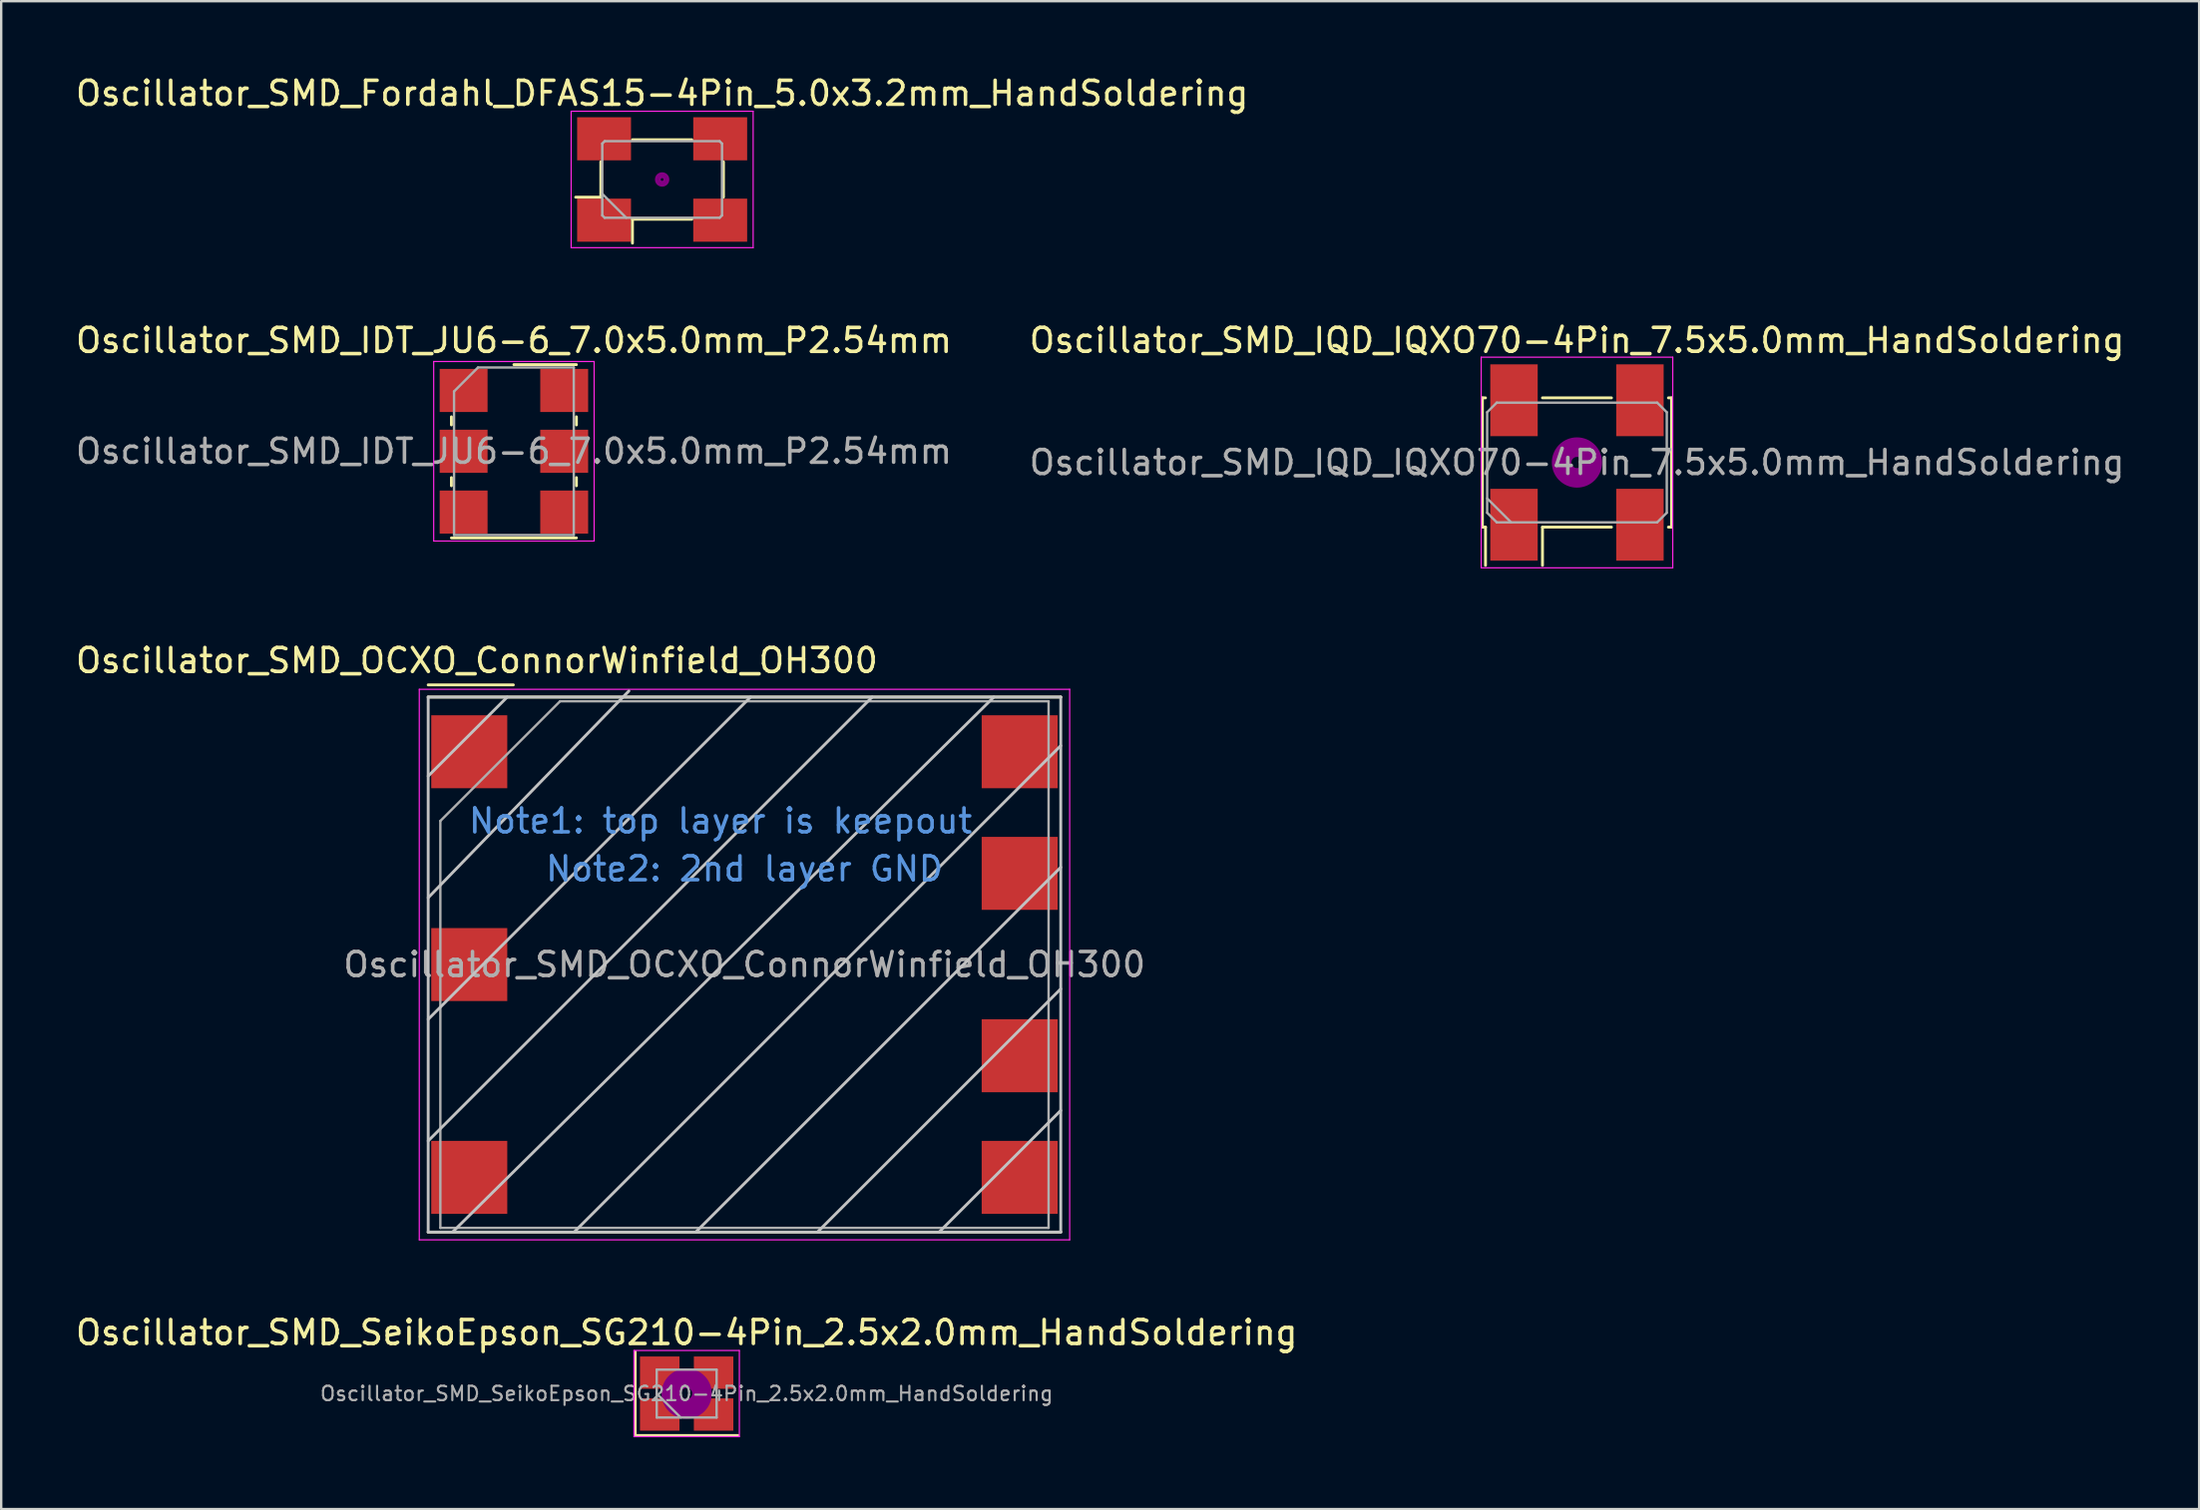
<source format=kicad_pcb>
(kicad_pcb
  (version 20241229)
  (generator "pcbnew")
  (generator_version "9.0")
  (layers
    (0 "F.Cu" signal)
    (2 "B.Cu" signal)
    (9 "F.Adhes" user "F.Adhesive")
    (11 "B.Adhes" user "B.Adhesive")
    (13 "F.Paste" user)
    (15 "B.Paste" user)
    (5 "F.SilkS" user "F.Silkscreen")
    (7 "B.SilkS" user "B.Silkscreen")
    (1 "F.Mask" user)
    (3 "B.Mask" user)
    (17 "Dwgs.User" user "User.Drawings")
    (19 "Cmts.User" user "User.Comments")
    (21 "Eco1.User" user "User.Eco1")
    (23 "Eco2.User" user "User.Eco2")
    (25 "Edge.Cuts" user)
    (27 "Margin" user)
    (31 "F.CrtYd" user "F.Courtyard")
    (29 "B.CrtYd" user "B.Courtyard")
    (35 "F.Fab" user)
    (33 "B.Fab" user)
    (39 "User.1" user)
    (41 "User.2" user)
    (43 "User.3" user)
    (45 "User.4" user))
  (footprint "Oscillator_SMD_IQD_IQXO70-4Pin_7.5x5.0mm_HandSoldering"
    (layer "F.Cu")
    (at 62.804 16.271)
    (property "Reference" "Oscillator_SMD_IQD_IQXO70-4Pin_7.5x5.0mm_HandSoldering" (at 0 -5.1 0) (layer "F.SilkS") (effects (font (size 1 1) (thickness 0.15))))
    (attr smd)
    (fp_line (start -3.95 -2.7) (end -3.82 -2.7) (stroke (width 0.12) (type solid)) (layer "F.SilkS"))
    (fp_line (start -3.95 2.7) (end -3.95 -2.7) (stroke (width 0.12) (type solid)) (layer "F.SilkS"))
    (fp_line (start -3.82 2.7) (end -3.95 2.7) (stroke (width 0.12) (type solid)) (layer "F.SilkS"))
    (fp_line (start -3.82 4.3) (end -3.82 2.7) (stroke (width 0.12) (type solid)) (layer "F.SilkS"))
    (fp_line (start -1.44 -2.7) (end 1.44 -2.7) (stroke (width 0.12) (type solid)) (layer "F.SilkS"))
    (fp_line (start -1.44 2.7) (end -1.44 4.3) (stroke (width 0.12) (type solid)) (layer "F.SilkS"))
    (fp_line (start 1.44 2.7) (end -1.44 2.7) (stroke (width 0.12) (type solid)) (layer "F.SilkS"))
    (fp_line (start 3.82 -2.7) (end 3.95 -2.7) (stroke (width 0.12) (type solid)) (layer "F.SilkS"))
    (fp_line (start 3.95 -2.7) (end 3.95 2.7) (stroke (width 0.12) (type solid)) (layer "F.SilkS"))
    (fp_line (start 3.95 2.7) (end 3.82 2.7) (stroke (width 0.12) (type solid)) (layer "F.SilkS"))
    (fp_circle (center 0 0) (end 0.233 0) (stroke (width 0.467) (type solid)) (fill no) (layer "F.Adhes"))
    (fp_circle (center 0 0) (end 0.533 0) (stroke (width 0.333) (type solid)) (fill no) (layer "F.Adhes"))
    (fp_circle (center 0 0) (end 0.833 0) (stroke (width 0.333) (type solid)) (fill no) (layer "F.Adhes"))
    (fp_circle (center 0 0) (end 1 0) (stroke (width 0.1) (type solid)) (fill no) (layer "F.Adhes"))
    (fp_line (start -4 -4.4) (end -4 4.4) (stroke (width 0.05) (type solid)) (layer "F.CrtYd"))
    (fp_line (start -4 4.4) (end 4 4.4) (stroke (width 0.05) (type solid)) (layer "F.CrtYd"))
    (fp_line (start 4 -4.4) (end -4 -4.4) (stroke (width 0.05) (type solid)) (layer "F.CrtYd"))
    (fp_line (start 4 4.4) (end 4 -4.4) (stroke (width 0.05) (type solid)) (layer "F.CrtYd"))
    (fp_line (start -3.75 -2.1) (end -3.35 -2.5) (stroke (width 0.1) (type solid)) (layer "F.Fab"))
    (fp_line (start -3.75 1.5) (end -2.75 2.5) (stroke (width 0.1) (type solid)) (layer "F.Fab"))
    (fp_line (start -3.75 2.1) (end -3.75 -2.1) (stroke (width 0.1) (type solid)) (layer "F.Fab"))
    (fp_line (start -3.35 -2.5) (end 3.35 -2.5) (stroke (width 0.1) (type solid)) (layer "F.Fab"))
    (fp_line (start -3.35 2.5) (end -3.75 2.1) (stroke (width 0.1) (type solid)) (layer "F.Fab"))
    (fp_line (start 3.35 -2.5) (end 3.75 -2.1) (stroke (width 0.1) (type solid)) (layer "F.Fab"))
    (fp_line (start 3.35 2.5) (end -3.35 2.5) (stroke (width 0.1) (type solid)) (layer "F.Fab"))
    (fp_line (start 3.75 -2.1) (end 3.75 2.1) (stroke (width 0.1) (type solid)) (layer "F.Fab"))
    (fp_line (start 3.75 2.1) (end 3.35 2.5) (stroke (width 0.1) (type solid)) (layer "F.Fab"))
    (fp_text user "${REFERENCE}" (at 0 0 0) (layer "F.Fab") (effects (font (size 1 1) (thickness 0.15))))
    (pad "1" smd rect (at -2.63 2.6) (size 1.98 3) (layers "F.Cu" "F.Mask" "F.Paste"))
    (pad "2" smd rect (at 2.63 2.6) (size 1.98 3) (layers "F.Cu" "F.Mask" "F.Paste"))
    (pad "3" smd rect (at 2.63 -2.6) (size 1.98 3) (layers "F.Cu" "F.Mask" "F.Paste"))
    (pad "4" smd rect (at -2.63 -2.6) (size 1.98 3) (layers "F.Cu" "F.Mask" "F.Paste")))
  (footprint "Oscillator_SMD_SeikoEpson_SG210-4Pin_2.5x2.0mm_HandSoldering"
    (layer "F.Cu")
    (at 25.625 55.168)
    (property "Reference" "Oscillator_SMD_SeikoEpson_SG210-4Pin_2.5x2.0mm_HandSoldering" (at 0 -2.55 0) (layer "F.SilkS") (effects (font (size 1 1) (thickness 0.15))))
    (attr smd)
    (fp_line (start -2.15 -1.75) (end -2.15 1.75) (stroke (width 0.12) (type solid)) (layer "F.SilkS"))
    (fp_line (start -2.15 1.75) (end 2.15 1.75) (stroke (width 0.12) (type solid)) (layer "F.SilkS"))
    (fp_circle (center 0 0) (end 0.233 0) (stroke (width 0.467) (type solid)) (fill no) (layer "F.Adhes"))
    (fp_circle (center 0 0) (end 0.533 0) (stroke (width 0.333) (type solid)) (fill no) (layer "F.Adhes"))
    (fp_circle (center 0 0) (end 0.833 0) (stroke (width 0.333) (type solid)) (fill no) (layer "F.Adhes"))
    (fp_circle (center 0 0) (end 1 0) (stroke (width 0.1) (type solid)) (fill no) (layer "F.Adhes"))
    (fp_line (start -2.2 -1.8) (end -2.2 1.8) (stroke (width 0.05) (type solid)) (layer "F.CrtYd"))
    (fp_line (start -2.2 1.8) (end 2.2 1.8) (stroke (width 0.05) (type solid)) (layer "F.CrtYd"))
    (fp_line (start 2.2 -1.8) (end -2.2 -1.8) (stroke (width 0.05) (type solid)) (layer "F.CrtYd"))
    (fp_line (start 2.2 1.8) (end 2.2 -1.8) (stroke (width 0.05) (type solid)) (layer "F.CrtYd"))
    (fp_line (start -1.25 -1) (end -1.25 1) (stroke (width 0.1) (type solid)) (layer "F.Fab"))
    (fp_line (start -1.25 0) (end -0.25 1) (stroke (width 0.1) (type solid)) (layer "F.Fab"))
    (fp_line (start -1.25 1) (end 1.25 1) (stroke (width 0.1) (type solid)) (layer "F.Fab"))
    (fp_line (start 1.25 -1) (end -1.25 -1) (stroke (width 0.1) (type solid)) (layer "F.Fab"))
    (fp_line (start 1.25 1) (end 1.25 -1) (stroke (width 0.1) (type solid)) (layer "F.Fab"))
    (fp_text user "${REFERENCE}" (at 0 0 0) (layer "F.Fab") (effects (font (size 0.6 0.6) (thickness 0.09))))
    (pad "1" smd rect (at -1.125 0.875) (size 1.65 1.35) (layers "F.Cu" "F.Mask" "F.Paste"))
    (pad "2" smd rect (at 1.125 0.875) (size 1.65 1.35) (layers "F.Cu" "F.Mask" "F.Paste"))
    (pad "3" smd rect (at 1.125 -0.875) (size 1.65 1.35) (layers "F.Cu" "F.Mask" "F.Paste"))
    (pad "4" smd rect (at -1.125 -0.875) (size 1.65 1.35) (layers "F.Cu" "F.Mask" "F.Paste")))
  (footprint "Oscillator_SMD_OCXO_ConnorWinfield_OH300"
    (layer "F.Cu")
    (at 28.039 37.245)
    (property "Reference" "Oscillator_SMD_OCXO_ConnorWinfield_OH300" (at -11.176 -12.7 0) (layer "F.SilkS") (effects (font (size 1 1) (thickness 0.15))))
    (attr smd)
    (fp_line (start -13.208 -11.176) (end 13.208 -11.176) (stroke (width 0.12) (type solid)) (layer "F.SilkS"))
    (fp_line (start -9.652 -11.684) (end -13.208 -11.684) (stroke (width 0.12) (type solid)) (layer "F.SilkS"))
    (fp_line (start 13.208 11.176) (end -13.208 11.176) (stroke (width 0.12) (type solid)) (layer "F.SilkS"))
    (fp_line (start -13.208 -11.176) (end 13.208 -11.176) (stroke (width 0.12) (type solid)) (layer "Dwgs.User"))
    (fp_line (start -13.208 -7.874) (end -9.906 -11.176) (stroke (width 0.12) (type solid)) (layer "Dwgs.User"))
    (fp_line (start -13.208 2.286) (end 0.254 -11.176) (stroke (width 0.12) (type solid)) (layer "Dwgs.User"))
    (fp_line (start -13.208 11.176) (end -13.208 -11.176) (stroke (width 0.12) (type solid)) (layer "Dwgs.User"))
    (fp_line (start -12.192 11.176) (end 10.414 -11.176) (stroke (width 0.12) (type solid)) (layer "Dwgs.User"))
    (fp_line (start -4.826 -11.43) (end -13.208 -2.794) (stroke (width 0.12) (type solid)) (layer "Dwgs.User"))
    (fp_line (start -2.032 11.176) (end 13.208 -4.064) (stroke (width 0.12) (type solid)) (layer "Dwgs.User"))
    (fp_line (start 3.048 11.176) (end 13.208 1.016) (stroke (width 0.12) (type solid)) (layer "Dwgs.User"))
    (fp_line (start 5.334 -11.176) (end -13.208 7.366) (stroke (width 0.12) (type solid)) (layer "Dwgs.User"))
    (fp_line (start 13.208 -11.176) (end 13.208 11.176) (stroke (width 0.12) (type solid)) (layer "Dwgs.User"))
    (fp_line (start 13.208 -9.144) (end -7.112 11.176) (stroke (width 0.12) (type solid)) (layer "Dwgs.User"))
    (fp_line (start 13.208 6.096) (end 8.128 11.176) (stroke (width 0.12) (type solid)) (layer "Dwgs.User"))
    (fp_line (start 13.208 11.176) (end -13.208 11.176) (stroke (width 0.12) (type solid)) (layer "Dwgs.User"))
    (fp_line (start -13.58 -11.5) (end -13.58 11.5) (stroke (width 0.05) (type solid)) (layer "F.CrtYd"))
    (fp_line (start -13.58 11.5) (end 13.58 11.5) (stroke (width 0.05) (type solid)) (layer "F.CrtYd"))
    (fp_line (start 13.58 -11.5) (end -13.58 -11.5) (stroke (width 0.05) (type solid)) (layer "F.CrtYd"))
    (fp_line (start 13.58 11.5) (end 13.58 -11.5) (stroke (width 0.05) (type solid)) (layer "F.CrtYd"))
    (fp_line (start -12.7 11) (end -12.7 -6) (stroke (width 0.1) (type solid)) (layer "F.Fab"))
    (fp_line (start -7.7 -11) (end -12.7 -6) (stroke (width 0.1) (type solid)) (layer "F.Fab"))
    (fp_line (start -7.7 -11) (end 12.7 -11) (stroke (width 0.1) (type solid)) (layer "F.Fab"))
    (fp_line (start 12.7 -11) (end 12.7 11) (stroke (width 0.1) (type solid)) (layer "F.Fab"))
    (fp_line (start 12.7 11) (end -12.7 11) (stroke (width 0.1) (type solid)) (layer "F.Fab"))
    (fp_text user "Note1: top layer is keepout" (at -1 -6 0) (layer "Cmts.User") (effects (font (size 1 1) (thickness 0.15))))
    (fp_text user "Note2: 2nd layer GND" (at 0 -4 0) (layer "Cmts.User") (effects (font (size 1 1) (thickness 0.15))))
    (fp_text user "${REFERENCE}" (at 0 0 0) (layer "F.Fab") (effects (font (size 1 1) (thickness 0.15))))
    (pad "1" smd rect (at -11.493 -8.89 270) (size 3.048 3.175) (layers "F.Cu" "F.Mask" "F.Paste"))
    (pad "2" smd rect (at -11.493 0 270) (size 3.048 3.175) (layers "F.Cu" "F.Mask" "F.Paste"))
    (pad "3" smd rect (at -11.493 8.89 270) (size 3.048 3.175) (layers "F.Cu" "F.Mask" "F.Paste"))
    (pad "4" smd rect (at 11.493 8.89 270) (size 3.048 3.175) (layers "F.Cu" "F.Mask" "F.Paste"))
    (pad "5" smd rect (at 11.493 3.81 270) (size 3.048 3.175) (layers "F.Cu" "F.Mask" "F.Paste"))
    (pad "6" smd rect (at 11.493 -3.81 270) (size 3.048 3.175) (layers "F.Cu" "F.Mask" "F.Paste"))
    (pad "7" smd rect (at 11.493 -8.89 270) (size 3.048 3.175) (layers "F.Cu" "F.Mask" "F.Paste")))
  (footprint "Oscillator_SMD_Fordahl_DFAS15-4Pin_5.0x3.2mm_HandSoldering"
    (layer "F.Cu")
    (at 24.601 4.448)
    (property "Reference" "Oscillator_SMD_Fordahl_DFAS15-4Pin_5.0x3.2mm_HandSoldering" (at 0 -3.6 0) (layer "F.SilkS") (effects (font (size 1 1) (thickness 0.15))))
    (attr smd)
    (fp_line (start -3.61 0.74) (end -2.56 0.74) (stroke (width 0.12) (type solid)) (layer "F.SilkS"))
    (fp_line (start -2.56 0.74) (end -2.56 -0.74) (stroke (width 0.12) (type solid)) (layer "F.SilkS"))
    (fp_line (start -1.24 -1.66) (end 1.24 -1.66) (stroke (width 0.12) (type solid)) (layer "F.SilkS"))
    (fp_line (start -1.24 1.66) (end -1.24 2.66) (stroke (width 0.12) (type solid)) (layer "F.SilkS"))
    (fp_line (start 1.24 1.66) (end -1.24 1.66) (stroke (width 0.12) (type solid)) (layer "F.SilkS"))
    (fp_line (start 2.56 -0.74) (end 2.56 0.74) (stroke (width 0.12) (type solid)) (layer "F.SilkS"))
    (fp_circle (center 0 0) (end 0.058 0) (stroke (width 0.117) (type solid)) (fill no) (layer "F.Adhes"))
    (fp_circle (center 0 0) (end 0.133 0) (stroke (width 0.083) (type solid)) (fill no) (layer "F.Adhes"))
    (fp_circle (center 0 0) (end 0.208 0) (stroke (width 0.083) (type solid)) (fill no) (layer "F.Adhes"))
    (fp_circle (center 0 0) (end 0.25 0) (stroke (width 0.1) (type solid)) (fill no) (layer "F.Adhes"))
    (fp_line (start -3.8 -2.85) (end -3.8 2.85) (stroke (width 0.05) (type solid)) (layer "F.CrtYd"))
    (fp_line (start -3.8 2.85) (end 3.8 2.85) (stroke (width 0.05) (type solid)) (layer "F.CrtYd"))
    (fp_line (start 3.8 -2.85) (end -3.8 -2.85) (stroke (width 0.05) (type solid)) (layer "F.CrtYd"))
    (fp_line (start 3.8 2.85) (end 3.8 -2.85) (stroke (width 0.05) (type solid)) (layer "F.CrtYd"))
    (fp_line (start -2.5 -1.5) (end -2.4 -1.6) (stroke (width 0.1) (type solid)) (layer "F.Fab"))
    (fp_line (start -2.5 0.6) (end -1.5 1.6) (stroke (width 0.1) (type solid)) (layer "F.Fab"))
    (fp_line (start -2.5 1.5) (end -2.5 -1.5) (stroke (width 0.1) (type solid)) (layer "F.Fab"))
    (fp_line (start -2.4 -1.6) (end 2.4 -1.6) (stroke (width 0.1) (type solid)) (layer "F.Fab"))
    (fp_line (start -2.4 1.6) (end -2.5 1.5) (stroke (width 0.1) (type solid)) (layer "F.Fab"))
    (fp_line (start 2.4 -1.6) (end 2.5 -1.5) (stroke (width 0.1) (type solid)) (layer "F.Fab"))
    (fp_line (start 2.4 1.6) (end -2.4 1.6) (stroke (width 0.1) (type solid)) (layer "F.Fab"))
    (fp_line (start 2.5 -1.5) (end 2.5 1.5) (stroke (width 0.1) (type solid)) (layer "F.Fab"))
    (fp_line (start 2.5 1.5) (end 2.4 1.6) (stroke (width 0.1) (type solid)) (layer "F.Fab"))
    (pad "1" smd rect (at -2.425 1.7) (size 2.25 1.8) (layers "F.Cu" "F.Mask"))
    (pad "2" smd rect (at 2.425 1.7) (size 2.25 1.8) (layers "F.Cu" "F.Mask"))
    (pad "3" smd rect (at 2.425 -1.7) (size 2.25 1.8) (layers "F.Cu" "F.Mask"))
    (pad "4" smd rect (at -2.425 -1.7) (size 2.25 1.8) (layers "F.Cu" "F.Mask")))
  (footprint "Oscillator_SMD_IDT_JU6-6_7.0x5.0mm_P2.54mm"
    (layer "F.Cu")
    (at 18.411 15.802)
    (property "Reference" "Oscillator_SMD_IDT_JU6-6_7.0x5.0mm_P2.54mm" (at 0 -4.63 0) (layer "F.SilkS") (effects (font (size 1 1) (thickness 0.15))))
    (attr smd)
    (fp_line (start -2.61 -1.1) (end -2.61 -1.44) (stroke (width 0.12) (type solid)) (layer "F.SilkS"))
    (fp_line (start -2.61 1.44) (end -2.61 1.1) (stroke (width 0.12) (type solid)) (layer "F.SilkS"))
    (fp_line (start 0 -3.62) (end 2.61 -3.62) (stroke (width 0.12) (type solid)) (layer "F.SilkS"))
    (fp_line (start 2.61 -1.44) (end 2.61 -1.1) (stroke (width 0.12) (type solid)) (layer "F.SilkS"))
    (fp_line (start 2.61 1.1) (end 2.61 1.44) (stroke (width 0.12) (type solid)) (layer "F.SilkS"))
    (fp_line (start 2.61 3.62) (end -2.61 3.62) (stroke (width 0.12) (type solid)) (layer "F.SilkS"))
    (fp_line (start -3.35 -3.75) (end -3.35 3.75) (stroke (width 0.05) (type solid)) (layer "F.CrtYd"))
    (fp_line (start -3.35 3.75) (end 3.35 3.75) (stroke (width 0.05) (type solid)) (layer "F.CrtYd"))
    (fp_line (start 3.35 -3.75) (end -3.35 -3.75) (stroke (width 0.05) (type solid)) (layer "F.CrtYd"))
    (fp_line (start 3.35 3.75) (end 3.35 -3.75) (stroke (width 0.05) (type solid)) (layer "F.CrtYd"))
    (fp_line (start -2.5 -2.5) (end -2.5 3.5) (stroke (width 0.1) (type solid)) (layer "F.Fab"))
    (fp_line (start -2.5 3.5) (end 2.5 3.5) (stroke (width 0.1) (type solid)) (layer "F.Fab"))
    (fp_line (start -1.5 -3.5) (end -2.5 -2.5) (stroke (width 0.1) (type solid)) (layer "F.Fab"))
    (fp_line (start 2.5 -3.5) (end -1.5 -3.5) (stroke (width 0.1) (type solid)) (layer "F.Fab"))
    (fp_line (start 2.5 3.5) (end 2.5 -3.5) (stroke (width 0.1) (type solid)) (layer "F.Fab"))
    (fp_text user "${REFERENCE}" (at 0 0 0) (layer "F.Fab") (effects (font (size 1 1) (thickness 0.15))))
    (pad "1" smd rect (at -2.1 -2.54 270) (size 1.8 2) (layers "F.Cu" "F.Mask" "F.Paste"))
    (pad "2" smd rect (at -2.1 0 270) (size 1.8 2) (layers "F.Cu" "F.Mask" "F.Paste"))
    (pad "3" smd rect (at -2.1 2.54 270) (size 1.8 2) (layers "F.Cu" "F.Mask" "F.Paste"))
    (pad "4" smd rect (at 2.1 2.54 270) (size 1.8 2) (layers "F.Cu" "F.Mask" "F.Paste"))
    (pad "5" smd rect (at 2.1 0 270) (size 1.8 2) (layers "F.Cu" "F.Mask" "F.Paste"))
    (pad "6" smd rect (at 2.1 -2.54 270) (size 1.8 2) (layers "F.Cu" "F.Mask" "F.Paste")))
  (gr_rect
    (start -3 -3)
    (end 88.786 59.993)
    (stroke (width 0.1) (type default))
    (fill no)
    (layer "Edge.Cuts")))
</source>
